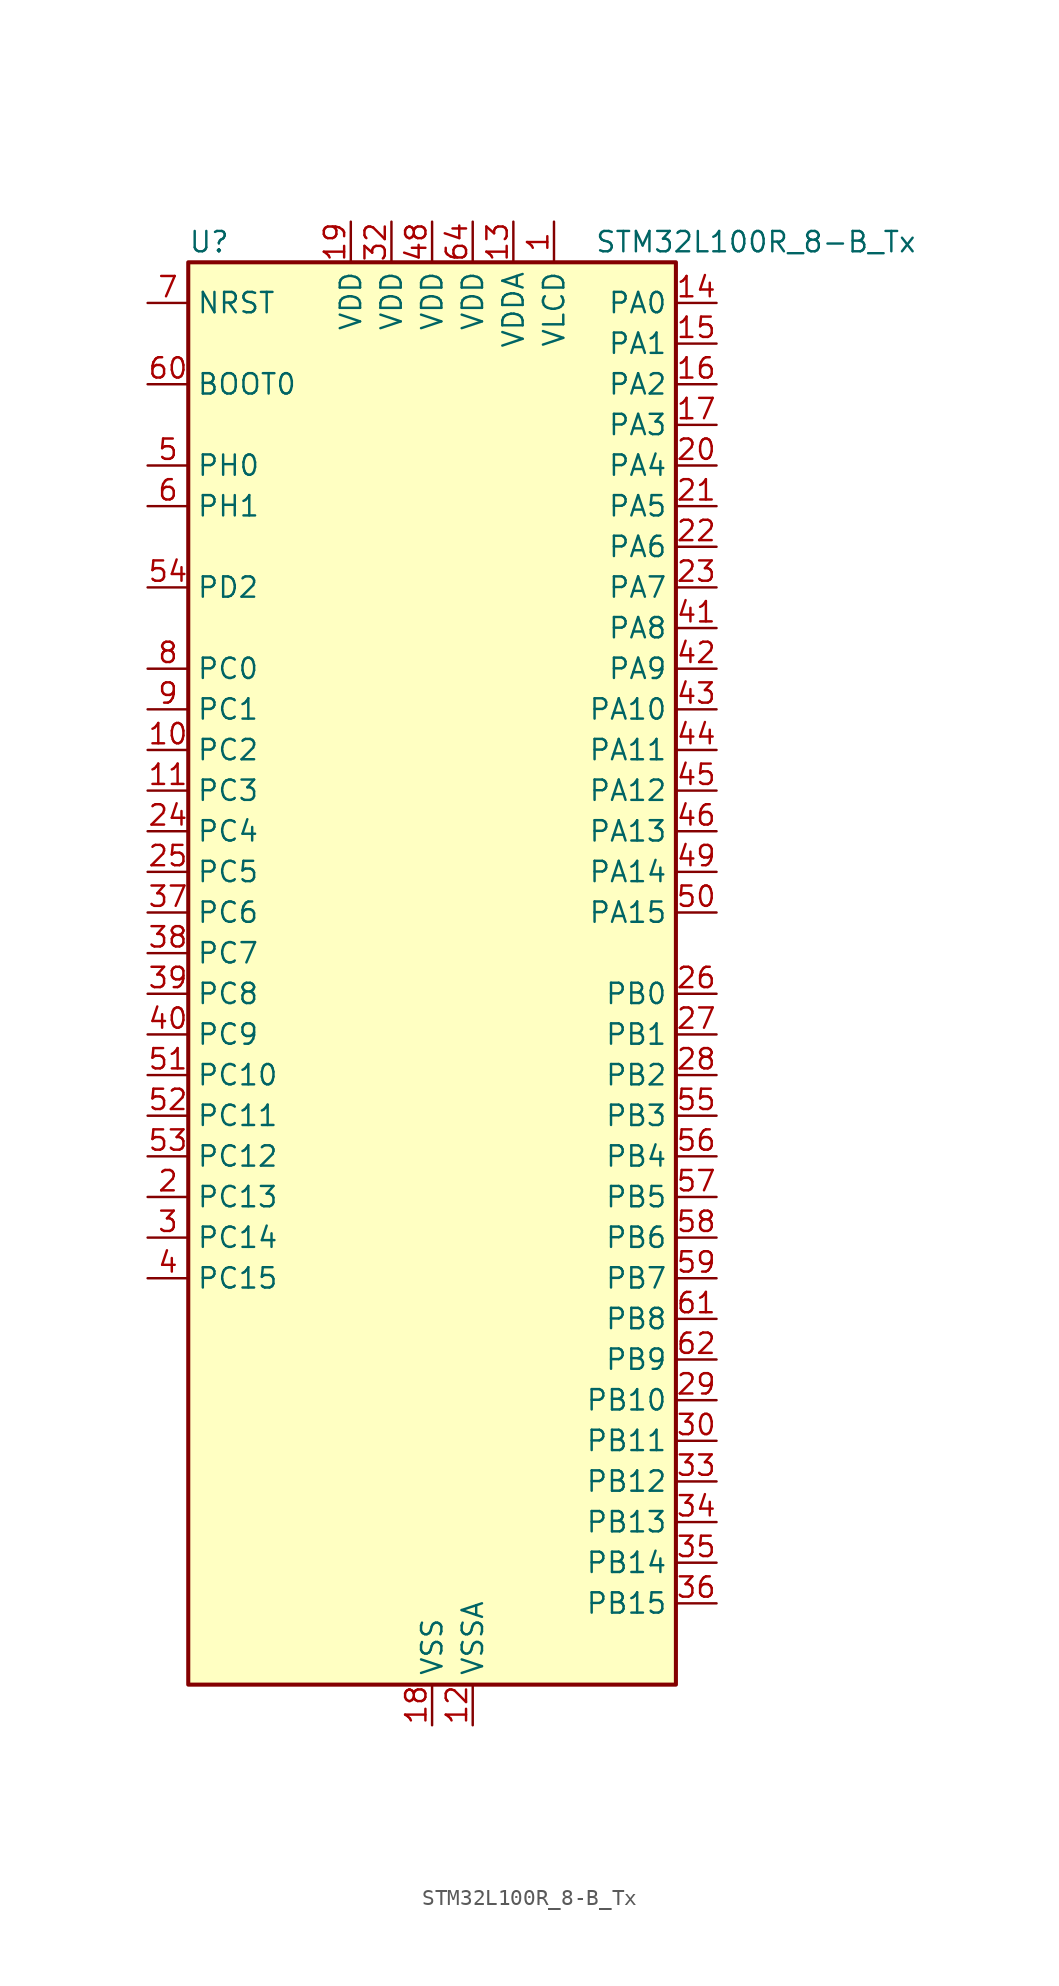
<source format=kicad_sym>
(kicad_symbol_lib
  (version 20231120)
  (generator "kicad_symbol_editor")
  (generator_version "8.0")
  (symbol "STM32L100R_8-B_Tx"
    (property "Reference" "U"
      (at -15.24 46.99 0)
      (effects (font (size 1.27 1.27)) (justify left)))
    (property "Value" "STM32L100R_8-B_Tx"
      (at 10.16 46.99 0)
      (effects (font (size 1.27 1.27)) (justify left)))
    (property "ki_locked" ""
      (at 0 0 0)
      (effects (font (size 1.27 1.27))))
    (symbol "STM32L100R_8-B_Tx_0_1"
      (rectangle (start -15.24 -43.18) (end 15.24 45.72) (stroke (width 0.254) (type default)) (fill (type background))))
    (symbol "STM32L100R_8-B_Tx_1_1"
      (pin power_in line (at 7.62 48.26 270) (length 2.54) (name "VLCD" (effects (font (size 1.27 1.27)))) (number "1" (effects (font (size 1.27 1.27)))))
      (pin bidirectional line (at -17.78 15.24 0) (length 2.54) (name "PC2" (effects (font (size 1.27 1.27)))) (number "10" (effects (font (size 1.27 1.27)))) (alternate "ADC_IN12" bidirectional line) (alternate "COMP1_INP" bidirectional line) (alternate "LCD_SEG20" bidirectional line) (alternate "TIMX_IC3" bidirectional line))
      (pin bidirectional line (at -17.78 12.7 0) (length 2.54) (name "PC3" (effects (font (size 1.27 1.27)))) (number "11" (effects (font (size 1.27 1.27)))) (alternate "ADC_IN13" bidirectional line) (alternate "COMP1_INP" bidirectional line) (alternate "LCD_SEG21" bidirectional line) (alternate "TIMX_IC4" bidirectional line))
      (pin power_in line (at 2.54 -45.72 90) (length 2.54) (name "VSSA" (effects (font (size 1.27 1.27)))) (number "12" (effects (font (size 1.27 1.27)))))
      (pin power_in line (at 5.08 48.26 270) (length 2.54) (name "VDDA" (effects (font (size 1.27 1.27)))) (number "13" (effects (font (size 1.27 1.27)))))
      (pin bidirectional line (at 17.78 43.18 180) (length 2.54) (name "PA0" (effects (font (size 1.27 1.27)))) (number "14" (effects (font (size 1.27 1.27)))) (alternate "ADC_IN0" bidirectional line) (alternate "COMP1_INP" bidirectional line) (alternate "SYS_WKUP1" bidirectional line) (alternate "TIM2_CH1" bidirectional line) (alternate "TIM2_ETR" bidirectional line) (alternate "TIMX_IC1" bidirectional line) (alternate "USART2_CTS" bidirectional line))
      (pin bidirectional line (at 17.78 40.64 180) (length 2.54) (name "PA1" (effects (font (size 1.27 1.27)))) (number "15" (effects (font (size 1.27 1.27)))) (alternate "ADC_IN1" bidirectional line) (alternate "COMP1_INP" bidirectional line) (alternate "LCD_SEG0" bidirectional line) (alternate "TIM2_CH2" bidirectional line) (alternate "TIMX_IC2" bidirectional line) (alternate "USART2_RTS" bidirectional line))
      (pin bidirectional line (at 17.78 38.1 180) (length 2.54) (name "PA2" (effects (font (size 1.27 1.27)))) (number "16" (effects (font (size 1.27 1.27)))) (alternate "ADC_IN2" bidirectional line) (alternate "COMP1_INP" bidirectional line) (alternate "LCD_SEG1" bidirectional line) (alternate "TIM2_CH3" bidirectional line) (alternate "TIM9_CH1" bidirectional line) (alternate "TIMX_IC3" bidirectional line) (alternate "USART2_TX" bidirectional line))
      (pin bidirectional line (at 17.78 35.56 180) (length 2.54) (name "PA3" (effects (font (size 1.27 1.27)))) (number "17" (effects (font (size 1.27 1.27)))) (alternate "ADC_IN3" bidirectional line) (alternate "COMP1_INP" bidirectional line) (alternate "LCD_SEG2" bidirectional line) (alternate "TIM2_CH4" bidirectional line) (alternate "TIM9_CH2" bidirectional line) (alternate "TIMX_IC4" bidirectional line) (alternate "USART2_RX" bidirectional line))
      (pin power_in line (at 0 -45.72 90) (length 2.54) (name "VSS" (effects (font (size 1.27 1.27)))) (number "18" (effects (font (size 1.27 1.27)))))
      (pin power_in line (at -5.08 48.26 270) (length 2.54) (name "VDD" (effects (font (size 1.27 1.27)))) (number "19" (effects (font (size 1.27 1.27)))))
      (pin bidirectional line (at -17.78 -12.7 0) (length 2.54) (name "PC13" (effects (font (size 1.27 1.27)))) (number "2" (effects (font (size 1.27 1.27)))) (alternate "RTC_OUT_ALARM" bidirectional line) (alternate "RTC_OUT_CALIB" bidirectional line) (alternate "RTC_TAMP1" bidirectional line) (alternate "RTC_TS" bidirectional line) (alternate "SYS_WKUP2" bidirectional line) (alternate "TIMX_IC2" bidirectional line))
      (pin bidirectional line (at 17.78 33.02 180) (length 2.54) (name "PA4" (effects (font (size 1.27 1.27)))) (number "20" (effects (font (size 1.27 1.27)))) (alternate "ADC_IN4" bidirectional line) (alternate "COMP1_INP" bidirectional line) (alternate "DAC_OUT1" bidirectional line) (alternate "SPI1_NSS" bidirectional line) (alternate "TIMX_IC1" bidirectional line) (alternate "USART2_CK" bidirectional line))
      (pin bidirectional line (at 17.78 30.48 180) (length 2.54) (name "PA5" (effects (font (size 1.27 1.27)))) (number "21" (effects (font (size 1.27 1.27)))) (alternate "ADC_IN5" bidirectional line) (alternate "COMP1_INP" bidirectional line) (alternate "DAC_OUT2" bidirectional line) (alternate "SPI1_SCK" bidirectional line) (alternate "TIM2_CH1" bidirectional line) (alternate "TIM2_ETR" bidirectional line) (alternate "TIMX_IC2" bidirectional line))
      (pin bidirectional line (at 17.78 27.94 180) (length 2.54) (name "PA6" (effects (font (size 1.27 1.27)))) (number "22" (effects (font (size 1.27 1.27)))) (alternate "ADC_IN6" bidirectional line) (alternate "COMP1_INP" bidirectional line) (alternate "LCD_SEG3" bidirectional line) (alternate "SPI1_MISO" bidirectional line) (alternate "TIM10_CH1" bidirectional line) (alternate "TIM3_CH1" bidirectional line) (alternate "TIMX_IC3" bidirectional line))
      (pin bidirectional line (at 17.78 25.4 180) (length 2.54) (name "PA7" (effects (font (size 1.27 1.27)))) (number "23" (effects (font (size 1.27 1.27)))) (alternate "ADC_IN7" bidirectional line) (alternate "COMP1_INP" bidirectional line) (alternate "LCD_SEG4" bidirectional line) (alternate "SPI1_MOSI" bidirectional line) (alternate "TIM11_CH1" bidirectional line) (alternate "TIM3_CH2" bidirectional line) (alternate "TIMX_IC4" bidirectional line))
      (pin bidirectional line (at -17.78 10.16 0) (length 2.54) (name "PC4" (effects (font (size 1.27 1.27)))) (number "24" (effects (font (size 1.27 1.27)))) (alternate "ADC_IN14" bidirectional line) (alternate "COMP1_INP" bidirectional line) (alternate "LCD_SEG22" bidirectional line) (alternate "TIMX_IC1" bidirectional line))
      (pin bidirectional line (at -17.78 7.62 0) (length 2.54) (name "PC5" (effects (font (size 1.27 1.27)))) (number "25" (effects (font (size 1.27 1.27)))) (alternate "ADC_IN15" bidirectional line) (alternate "COMP1_INP" bidirectional line) (alternate "LCD_SEG23" bidirectional line) (alternate "TIMX_IC2" bidirectional line))
      (pin bidirectional line (at 17.78 0 180) (length 2.54) (name "PB0" (effects (font (size 1.27 1.27)))) (number "26" (effects (font (size 1.27 1.27)))) (alternate "ADC_IN8" bidirectional line) (alternate "COMP1_INP" bidirectional line) (alternate "LCD_SEG5" bidirectional line) (alternate "SYS_V_REF_OUT" bidirectional line) (alternate "TIM3_CH3" bidirectional line))
      (pin bidirectional line (at 17.78 -2.54 180) (length 2.54) (name "PB1" (effects (font (size 1.27 1.27)))) (number "27" (effects (font (size 1.27 1.27)))) (alternate "ADC_IN9" bidirectional line) (alternate "COMP1_INP" bidirectional line) (alternate "LCD_SEG6" bidirectional line) (alternate "SYS_V_REF_OUT" bidirectional line) (alternate "TIM3_CH4" bidirectional line))
      (pin bidirectional line (at 17.78 -5.08 180) (length 2.54) (name "PB2" (effects (font (size 1.27 1.27)))) (number "28" (effects (font (size 1.27 1.27)))))
      (pin bidirectional line (at 17.78 -25.4 180) (length 2.54) (name "PB10" (effects (font (size 1.27 1.27)))) (number "29" (effects (font (size 1.27 1.27)))) (alternate "I2C2_SCL" bidirectional line) (alternate "LCD_SEG10" bidirectional line) (alternate "TIM2_CH3" bidirectional line) (alternate "USART3_TX" bidirectional line))
      (pin bidirectional line (at -17.78 -15.24 0) (length 2.54) (name "PC14" (effects (font (size 1.27 1.27)))) (number "3" (effects (font (size 1.27 1.27)))) (alternate "RCC_OSC32_IN" bidirectional line) (alternate "TIMX_IC3" bidirectional line))
      (pin bidirectional line (at 17.78 -27.94 180) (length 2.54) (name "PB11" (effects (font (size 1.27 1.27)))) (number "30" (effects (font (size 1.27 1.27)))) (alternate "ADC_EXTI11" bidirectional line) (alternate "I2C2_SDA" bidirectional line) (alternate "LCD_SEG11" bidirectional line) (alternate "TIM2_CH4" bidirectional line) (alternate "USART3_RX" bidirectional line))
      (pin passive line (at 0 -45.72 90) (length 2.54) hide (name "VSS" (effects (font (size 1.27 1.27)))) (number "31" (effects (font (size 1.27 1.27)))))
      (pin power_in line (at -2.54 48.26 270) (length 2.54) (name "VDD" (effects (font (size 1.27 1.27)))) (number "32" (effects (font (size 1.27 1.27)))))
      (pin bidirectional line (at 17.78 -30.48 180) (length 2.54) (name "PB12" (effects (font (size 1.27 1.27)))) (number "33" (effects (font (size 1.27 1.27)))) (alternate "ADC_IN18" bidirectional line) (alternate "COMP1_INP" bidirectional line) (alternate "I2C2_SMBA" bidirectional line) (alternate "LCD_SEG12" bidirectional line) (alternate "SPI2_NSS" bidirectional line) (alternate "TIM10_CH1" bidirectional line) (alternate "USART3_CK" bidirectional line))
      (pin bidirectional line (at 17.78 -33.02 180) (length 2.54) (name "PB13" (effects (font (size 1.27 1.27)))) (number "34" (effects (font (size 1.27 1.27)))) (alternate "ADC_IN19" bidirectional line) (alternate "COMP1_INP" bidirectional line) (alternate "LCD_SEG13" bidirectional line) (alternate "SPI2_SCK" bidirectional line) (alternate "TIM9_CH1" bidirectional line) (alternate "USART3_CTS" bidirectional line))
      (pin bidirectional line (at 17.78 -35.56 180) (length 2.54) (name "PB14" (effects (font (size 1.27 1.27)))) (number "35" (effects (font (size 1.27 1.27)))) (alternate "ADC_IN20" bidirectional line) (alternate "COMP1_INP" bidirectional line) (alternate "LCD_SEG14" bidirectional line) (alternate "SPI2_MISO" bidirectional line) (alternate "TIM9_CH2" bidirectional line) (alternate "USART3_RTS" bidirectional line))
      (pin bidirectional line (at 17.78 -38.1 180) (length 2.54) (name "PB15" (effects (font (size 1.27 1.27)))) (number "36" (effects (font (size 1.27 1.27)))) (alternate "ADC_EXTI15" bidirectional line) (alternate "ADC_IN21" bidirectional line) (alternate "COMP1_INP" bidirectional line) (alternate "LCD_SEG15" bidirectional line) (alternate "RTC_REFIN" bidirectional line) (alternate "SPI2_MOSI" bidirectional line) (alternate "TIM11_CH1" bidirectional line))
      (pin bidirectional line (at -17.78 5.08 0) (length 2.54) (name "PC6" (effects (font (size 1.27 1.27)))) (number "37" (effects (font (size 1.27 1.27)))) (alternate "LCD_SEG24" bidirectional line) (alternate "TIM3_CH1" bidirectional line) (alternate "TIMX_IC3" bidirectional line))
      (pin bidirectional line (at -17.78 2.54 0) (length 2.54) (name "PC7" (effects (font (size 1.27 1.27)))) (number "38" (effects (font (size 1.27 1.27)))) (alternate "LCD_SEG25" bidirectional line) (alternate "TIM3_CH2" bidirectional line) (alternate "TIMX_IC4" bidirectional line))
      (pin bidirectional line (at -17.78 0 0) (length 2.54) (name "PC8" (effects (font (size 1.27 1.27)))) (number "39" (effects (font (size 1.27 1.27)))) (alternate "LCD_SEG26" bidirectional line) (alternate "TIM3_CH3" bidirectional line) (alternate "TIMX_IC1" bidirectional line))
      (pin bidirectional line (at -17.78 -17.78 0) (length 2.54) (name "PC15" (effects (font (size 1.27 1.27)))) (number "4" (effects (font (size 1.27 1.27)))) (alternate "ADC_EXTI15" bidirectional line) (alternate "RCC_OSC32_OUT" bidirectional line) (alternate "TIMX_IC4" bidirectional line))
      (pin bidirectional line (at -17.78 -2.54 0) (length 2.54) (name "PC9" (effects (font (size 1.27 1.27)))) (number "40" (effects (font (size 1.27 1.27)))) (alternate "DAC_EXTI9" bidirectional line) (alternate "LCD_SEG27" bidirectional line) (alternate "TIM3_CH4" bidirectional line) (alternate "TIMX_IC2" bidirectional line))
      (pin bidirectional line (at 17.78 22.86 180) (length 2.54) (name "PA8" (effects (font (size 1.27 1.27)))) (number "41" (effects (font (size 1.27 1.27)))) (alternate "LCD_COM0" bidirectional line) (alternate "RCC_MCO" bidirectional line) (alternate "TIMX_IC1" bidirectional line) (alternate "USART1_CK" bidirectional line))
      (pin bidirectional line (at 17.78 20.32 180) (length 2.54) (name "PA9" (effects (font (size 1.27 1.27)))) (number "42" (effects (font (size 1.27 1.27)))) (alternate "DAC_EXTI9" bidirectional line) (alternate "LCD_COM1" bidirectional line) (alternate "TIMX_IC2" bidirectional line) (alternate "USART1_TX" bidirectional line))
      (pin bidirectional line (at 17.78 17.78 180) (length 2.54) (name "PA10" (effects (font (size 1.27 1.27)))) (number "43" (effects (font (size 1.27 1.27)))) (alternate "LCD_COM2" bidirectional line) (alternate "TIMX_IC3" bidirectional line) (alternate "USART1_RX" bidirectional line))
      (pin bidirectional line (at 17.78 15.24 180) (length 2.54) (name "PA11" (effects (font (size 1.27 1.27)))) (number "44" (effects (font (size 1.27 1.27)))) (alternate "ADC_EXTI11" bidirectional line) (alternate "SPI1_MISO" bidirectional line) (alternate "TIMX_IC4" bidirectional line) (alternate "USART1_CTS" bidirectional line) (alternate "USB_DM" bidirectional line))
      (pin bidirectional line (at 17.78 12.7 180) (length 2.54) (name "PA12" (effects (font (size 1.27 1.27)))) (number "45" (effects (font (size 1.27 1.27)))) (alternate "SPI1_MOSI" bidirectional line) (alternate "TIMX_IC1" bidirectional line) (alternate "USART1_RTS" bidirectional line) (alternate "USB_DP" bidirectional line))
      (pin bidirectional line (at 17.78 10.16 180) (length 2.54) (name "PA13" (effects (font (size 1.27 1.27)))) (number "46" (effects (font (size 1.27 1.27)))) (alternate "SYS_JTMS-SWDIO" bidirectional line) (alternate "TIMX_IC2" bidirectional line))
      (pin passive line (at 0 -45.72 90) (length 2.54) hide (name "VSS" (effects (font (size 1.27 1.27)))) (number "47" (effects (font (size 1.27 1.27)))))
      (pin power_in line (at 0 48.26 270) (length 2.54) (name "VDD" (effects (font (size 1.27 1.27)))) (number "48" (effects (font (size 1.27 1.27)))))
      (pin bidirectional line (at 17.78 7.62 180) (length 2.54) (name "PA14" (effects (font (size 1.27 1.27)))) (number "49" (effects (font (size 1.27 1.27)))) (alternate "SYS_JTCK-SWCLK" bidirectional line) (alternate "TIMX_IC3" bidirectional line))
      (pin bidirectional line (at -17.78 33.02 0) (length 2.54) (name "PH0" (effects (font (size 1.27 1.27)))) (number "5" (effects (font (size 1.27 1.27)))) (alternate "RCC_OSC_IN" bidirectional line))
      (pin bidirectional line (at 17.78 5.08 180) (length 2.54) (name "PA15" (effects (font (size 1.27 1.27)))) (number "50" (effects (font (size 1.27 1.27)))) (alternate "ADC_EXTI15" bidirectional line) (alternate "LCD_SEG17" bidirectional line) (alternate "SPI1_NSS" bidirectional line) (alternate "SYS_JTDI" bidirectional line) (alternate "TIM2_CH1" bidirectional line) (alternate "TIM2_ETR" bidirectional line) (alternate "TIMX_IC4" bidirectional line))
      (pin bidirectional line (at -17.78 -5.08 0) (length 2.54) (name "PC10" (effects (font (size 1.27 1.27)))) (number "51" (effects (font (size 1.27 1.27)))) (alternate "LCD_COM4" bidirectional line) (alternate "LCD_SEG28" bidirectional line) (alternate "TIMX_IC3" bidirectional line) (alternate "USART3_TX" bidirectional line))
      (pin bidirectional line (at -17.78 -7.62 0) (length 2.54) (name "PC11" (effects (font (size 1.27 1.27)))) (number "52" (effects (font (size 1.27 1.27)))) (alternate "ADC_EXTI11" bidirectional line) (alternate "LCD_COM5" bidirectional line) (alternate "LCD_SEG29" bidirectional line) (alternate "TIMX_IC4" bidirectional line) (alternate "USART3_RX" bidirectional line))
      (pin bidirectional line (at -17.78 -10.16 0) (length 2.54) (name "PC12" (effects (font (size 1.27 1.27)))) (number "53" (effects (font (size 1.27 1.27)))) (alternate "LCD_COM6" bidirectional line) (alternate "LCD_SEG30" bidirectional line) (alternate "TIMX_IC1" bidirectional line) (alternate "USART3_CK" bidirectional line))
      (pin bidirectional line (at -17.78 25.4 0) (length 2.54) (name "PD2" (effects (font (size 1.27 1.27)))) (number "54" (effects (font (size 1.27 1.27)))) (alternate "LCD_COM7" bidirectional line) (alternate "LCD_SEG31" bidirectional line) (alternate "TIM3_ETR" bidirectional line) (alternate "TIMX_IC3" bidirectional line))
      (pin bidirectional line (at 17.78 -7.62 180) (length 2.54) (name "PB3" (effects (font (size 1.27 1.27)))) (number "55" (effects (font (size 1.27 1.27)))) (alternate "COMP2_INM" bidirectional line) (alternate "LCD_SEG7" bidirectional line) (alternate "SPI1_SCK" bidirectional line) (alternate "SYS_JTDO-TRACESWO" bidirectional line) (alternate "TIM2_CH2" bidirectional line))
      (pin bidirectional line (at 17.78 -10.16 180) (length 2.54) (name "PB4" (effects (font (size 1.27 1.27)))) (number "56" (effects (font (size 1.27 1.27)))) (alternate "COMP2_INP" bidirectional line) (alternate "LCD_SEG8" bidirectional line) (alternate "SPI1_MISO" bidirectional line) (alternate "SYS_JTRST" bidirectional line) (alternate "TIM3_CH1" bidirectional line))
      (pin bidirectional line (at 17.78 -12.7 180) (length 2.54) (name "PB5" (effects (font (size 1.27 1.27)))) (number "57" (effects (font (size 1.27 1.27)))) (alternate "COMP2_INP" bidirectional line) (alternate "I2C1_SMBA" bidirectional line) (alternate "LCD_SEG9" bidirectional line) (alternate "SPI1_MOSI" bidirectional line) (alternate "TIM3_CH2" bidirectional line))
      (pin bidirectional line (at 17.78 -15.24 180) (length 2.54) (name "PB6" (effects (font (size 1.27 1.27)))) (number "58" (effects (font (size 1.27 1.27)))) (alternate "I2C1_SCL" bidirectional line) (alternate "TIM4_CH1" bidirectional line) (alternate "USART1_TX" bidirectional line))
      (pin bidirectional line (at 17.78 -17.78 180) (length 2.54) (name "PB7" (effects (font (size 1.27 1.27)))) (number "59" (effects (font (size 1.27 1.27)))) (alternate "I2C1_SDA" bidirectional line) (alternate "SYS_PVD_IN" bidirectional line) (alternate "TIM4_CH2" bidirectional line) (alternate "USART1_RX" bidirectional line))
      (pin bidirectional line (at -17.78 30.48 0) (length 2.54) (name "PH1" (effects (font (size 1.27 1.27)))) (number "6" (effects (font (size 1.27 1.27)))) (alternate "RCC_OSC_OUT" bidirectional line))
      (pin input line (at -17.78 38.1 0) (length 2.54) (name "BOOT0" (effects (font (size 1.27 1.27)))) (number "60" (effects (font (size 1.27 1.27)))))
      (pin bidirectional line (at 17.78 -20.32 180) (length 2.54) (name "PB8" (effects (font (size 1.27 1.27)))) (number "61" (effects (font (size 1.27 1.27)))) (alternate "I2C1_SCL" bidirectional line) (alternate "LCD_SEG16" bidirectional line) (alternate "TIM10_CH1" bidirectional line) (alternate "TIM4_CH3" bidirectional line))
      (pin bidirectional line (at 17.78 -22.86 180) (length 2.54) (name "PB9" (effects (font (size 1.27 1.27)))) (number "62" (effects (font (size 1.27 1.27)))) (alternate "DAC_EXTI9" bidirectional line) (alternate "I2C1_SDA" bidirectional line) (alternate "LCD_COM3" bidirectional line) (alternate "TIM11_CH1" bidirectional line) (alternate "TIM4_CH4" bidirectional line))
      (pin passive line (at 0 -45.72 90) (length 2.54) hide (name "VSS" (effects (font (size 1.27 1.27)))) (number "63" (effects (font (size 1.27 1.27)))))
      (pin power_in line (at 2.54 48.26 270) (length 2.54) (name "VDD" (effects (font (size 1.27 1.27)))) (number "64" (effects (font (size 1.27 1.27)))))
      (pin input line (at -17.78 43.18 0) (length 2.54) (name "NRST" (effects (font (size 1.27 1.27)))) (number "7" (effects (font (size 1.27 1.27)))))
      (pin bidirectional line (at -17.78 20.32 0) (length 2.54) (name "PC0" (effects (font (size 1.27 1.27)))) (number "8" (effects (font (size 1.27 1.27)))) (alternate "ADC_IN10" bidirectional line) (alternate "COMP1_INP" bidirectional line) (alternate "LCD_SEG18" bidirectional line) (alternate "TIMX_IC1" bidirectional line))
      (pin bidirectional line (at -17.78 17.78 0) (length 2.54) (name "PC1" (effects (font (size 1.27 1.27)))) (number "9" (effects (font (size 1.27 1.27)))) (alternate "ADC_IN11" bidirectional line) (alternate "COMP1_INP" bidirectional line) (alternate "LCD_SEG19" bidirectional line) (alternate "TIMX_IC2" bidirectional line)))))
</source>
